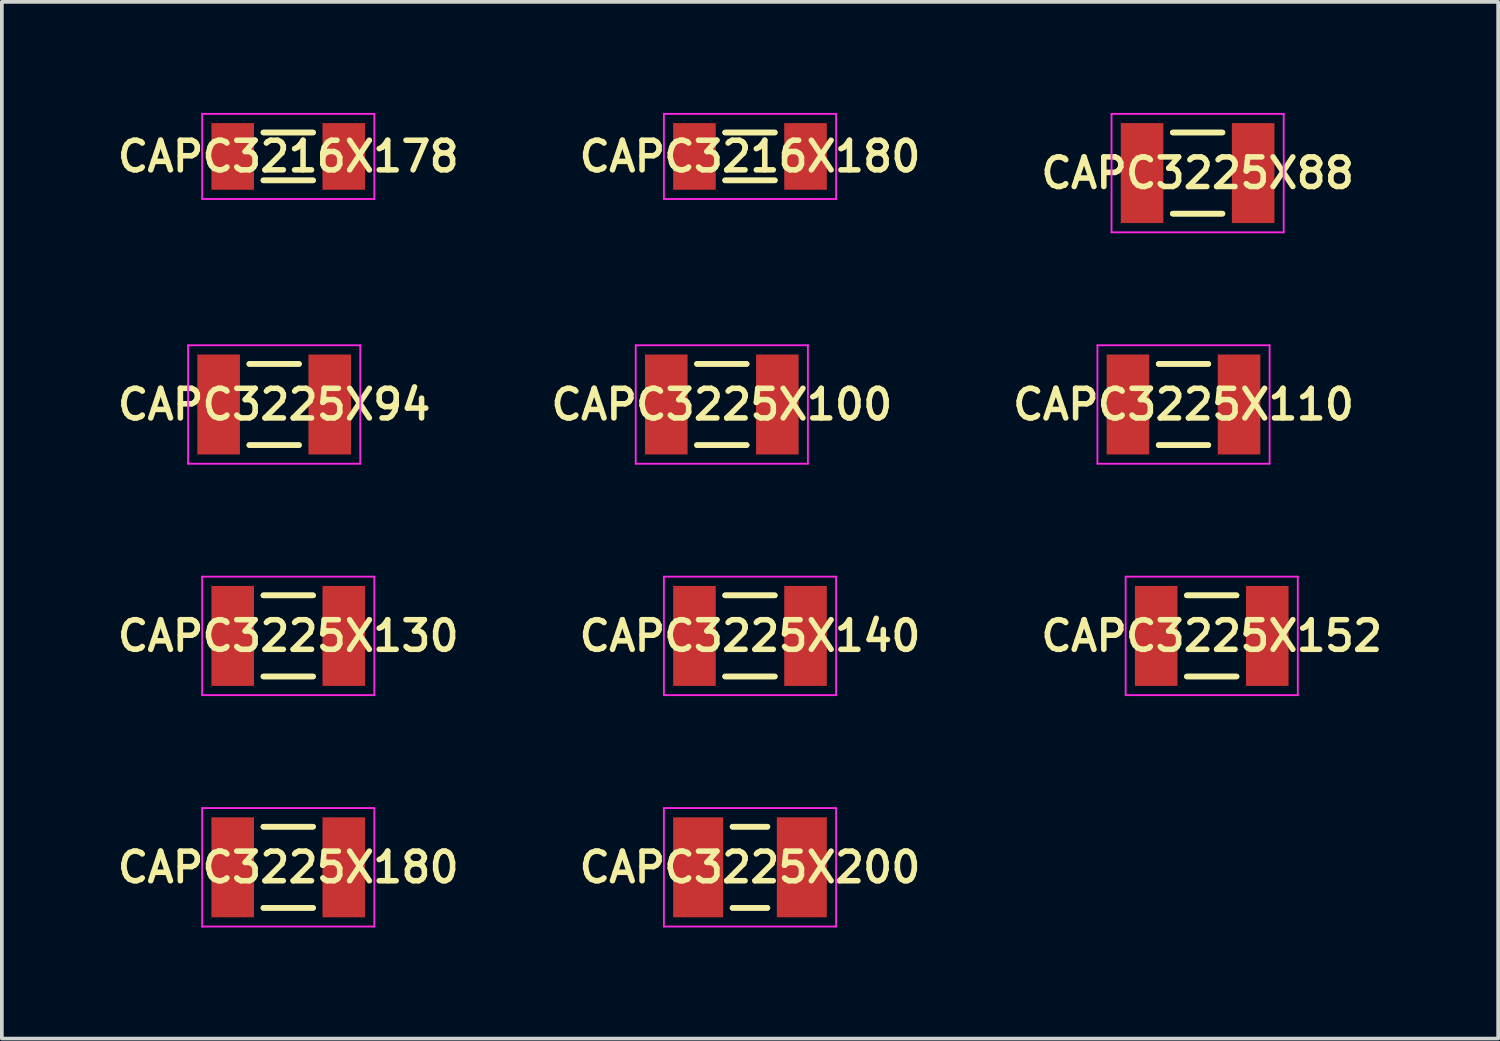
<source format=kicad_pcb>
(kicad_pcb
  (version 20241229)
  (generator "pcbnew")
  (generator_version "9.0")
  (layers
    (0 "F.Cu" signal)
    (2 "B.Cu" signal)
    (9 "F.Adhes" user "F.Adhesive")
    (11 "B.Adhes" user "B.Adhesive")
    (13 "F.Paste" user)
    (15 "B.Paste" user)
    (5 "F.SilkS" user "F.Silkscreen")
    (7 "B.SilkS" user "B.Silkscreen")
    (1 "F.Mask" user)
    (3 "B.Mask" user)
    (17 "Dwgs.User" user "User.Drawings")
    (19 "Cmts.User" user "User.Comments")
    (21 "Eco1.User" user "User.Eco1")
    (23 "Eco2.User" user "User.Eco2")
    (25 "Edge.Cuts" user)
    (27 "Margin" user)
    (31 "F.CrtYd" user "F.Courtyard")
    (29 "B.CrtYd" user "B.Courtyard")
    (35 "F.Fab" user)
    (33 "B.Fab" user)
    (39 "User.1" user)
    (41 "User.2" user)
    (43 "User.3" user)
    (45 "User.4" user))
  (footprint "CAPC3225X140"
    (layer "F.Cu")
    (at 17.206 14.125)
    (property "Reference" "CAPC3225X140" (at 0 0 0) (layer "F.SilkS") (effects (font (size 0.8 0.8) (thickness 0.15))))
    (attr smd)
    (fp_line (start -0.671 -1.096) (end 0.671 -1.096) (stroke (width 0.15) (type solid)) (layer "F.SilkS"))
    (fp_line (start -0.671 1.096) (end 0.671 1.096) (stroke (width 0.15) (type solid)) (layer "F.SilkS"))
    (fp_line (start 0.671 -1.096) (end -0.671 -1.096) (stroke (width 0.15) (type solid)) (layer "F.SilkS"))
    (fp_line (start 0.671 1.096) (end -0.671 1.096) (stroke (width 0.15) (type solid)) (layer "F.SilkS"))
    (fp_line (start -2.325 -1.6) (end 2.325 -1.6) (stroke (width 0.05) (type solid)) (layer "F.CrtYd"))
    (fp_line (start -2.325 1.6) (end -2.325 -1.6) (stroke (width 0.05) (type solid)) (layer "F.CrtYd"))
    (fp_line (start 2.325 -1.6) (end 2.325 1.6) (stroke (width 0.05) (type solid)) (layer "F.CrtYd"))
    (fp_line (start 2.325 1.6) (end -2.325 1.6) (stroke (width 0.05) (type solid)) (layer "F.CrtYd"))
    (pad "1" smd rect (at -1.5 0) (size 1.15 2.7) (layers "F.Cu" "F.Mask" "F.Paste"))
    (pad "2" smd rect (at 1.5 0) (size 1.15 2.7) (layers "F.Cu" "F.Mask" "F.Paste")))
  (footprint "CAPC3216X180"
    (layer "F.Cu")
    (at 17.206 1.175)
    (property "Reference" "CAPC3216X180" (at 0 0 0) (layer "F.SilkS") (effects (font (size 0.8 0.8) (thickness 0.15))))
    (attr smd)
    (fp_line (start -0.671 -0.646) (end 0.671 -0.646) (stroke (width 0.15) (type solid)) (layer "F.SilkS"))
    (fp_line (start -0.671 0.646) (end 0.671 0.646) (stroke (width 0.15) (type solid)) (layer "F.SilkS"))
    (fp_line (start 0.671 -0.646) (end -0.671 -0.646) (stroke (width 0.15) (type solid)) (layer "F.SilkS"))
    (fp_line (start 0.671 0.646) (end -0.671 0.646) (stroke (width 0.15) (type solid)) (layer "F.SilkS"))
    (fp_line (start -2.325 -1.15) (end 2.325 -1.15) (stroke (width 0.05) (type solid)) (layer "F.CrtYd"))
    (fp_line (start -2.325 1.15) (end -2.325 -1.15) (stroke (width 0.05) (type solid)) (layer "F.CrtYd"))
    (fp_line (start 2.325 -1.15) (end 2.325 1.15) (stroke (width 0.05) (type solid)) (layer "F.CrtYd"))
    (fp_line (start 2.325 1.15) (end -2.325 1.15) (stroke (width 0.05) (type solid)) (layer "F.CrtYd"))
    (pad "1" smd rect (at -1.5 0) (size 1.15 1.8) (layers "F.Cu" "F.Mask" "F.Paste"))
    (pad "2" smd rect (at 1.5 0) (size 1.15 1.8) (layers "F.Cu" "F.Mask" "F.Paste")))
  (footprint "CAPC3225X88"
    (layer "F.Cu")
    (at 29.296 1.625)
    (property "Reference" "CAPC3225X88" (at 0 0 0) (layer "F.SilkS") (effects (font (size 0.8 0.8) (thickness 0.15))))
    (attr smd)
    (fp_line (start -0.671 -1.096) (end 0.671 -1.096) (stroke (width 0.15) (type solid)) (layer "F.SilkS"))
    (fp_line (start -0.671 1.096) (end 0.671 1.096) (stroke (width 0.15) (type solid)) (layer "F.SilkS"))
    (fp_line (start 0.671 -1.096) (end -0.671 -1.096) (stroke (width 0.15) (type solid)) (layer "F.SilkS"))
    (fp_line (start 0.671 1.096) (end -0.671 1.096) (stroke (width 0.15) (type solid)) (layer "F.SilkS"))
    (fp_line (start -2.325 -1.6) (end 2.325 -1.6) (stroke (width 0.05) (type solid)) (layer "F.CrtYd"))
    (fp_line (start -2.325 1.6) (end -2.325 -1.6) (stroke (width 0.05) (type solid)) (layer "F.CrtYd"))
    (fp_line (start 2.325 -1.6) (end 2.325 1.6) (stroke (width 0.05) (type solid)) (layer "F.CrtYd"))
    (fp_line (start 2.325 1.6) (end -2.325 1.6) (stroke (width 0.05) (type solid)) (layer "F.CrtYd"))
    (pad "1" smd rect (at -1.5 0) (size 1.15 2.7) (layers "F.Cu" "F.Mask" "F.Paste"))
    (pad "2" smd rect (at 1.5 0) (size 1.15 2.7) (layers "F.Cu" "F.Mask" "F.Paste")))
  (footprint "CAPC3225X94"
    (layer "F.Cu")
    (at 4.355 7.875)
    (property "Reference" "CAPC3225X94" (at 0 0 0) (layer "F.SilkS") (effects (font (size 0.8 0.8) (thickness 0.15))))
    (attr smd)
    (fp_line (start -0.671 -1.096) (end 0.671 -1.096) (stroke (width 0.15) (type solid)) (layer "F.SilkS"))
    (fp_line (start -0.671 1.096) (end 0.671 1.096) (stroke (width 0.15) (type solid)) (layer "F.SilkS"))
    (fp_line (start 0.671 -1.096) (end -0.671 -1.096) (stroke (width 0.15) (type solid)) (layer "F.SilkS"))
    (fp_line (start 0.671 1.096) (end -0.671 1.096) (stroke (width 0.15) (type solid)) (layer "F.SilkS"))
    (fp_line (start -2.325 -1.6) (end 2.325 -1.6) (stroke (width 0.05) (type solid)) (layer "F.CrtYd"))
    (fp_line (start -2.325 1.6) (end -2.325 -1.6) (stroke (width 0.05) (type solid)) (layer "F.CrtYd"))
    (fp_line (start 2.325 -1.6) (end 2.325 1.6) (stroke (width 0.05) (type solid)) (layer "F.CrtYd"))
    (fp_line (start 2.325 1.6) (end -2.325 1.6) (stroke (width 0.05) (type solid)) (layer "F.CrtYd"))
    (pad "1" smd rect (at -1.5 0) (size 1.15 2.7) (layers "F.Cu" "F.Mask" "F.Paste"))
    (pad "2" smd rect (at 1.5 0) (size 1.15 2.7) (layers "F.Cu" "F.Mask" "F.Paste")))
  (footprint "CAPC3225X130"
    (layer "F.Cu")
    (at 4.735 14.125)
    (property "Reference" "CAPC3225X130" (at 0 0 0) (layer "F.SilkS") (effects (font (size 0.8 0.8) (thickness 0.15))))
    (attr smd)
    (fp_line (start -0.671 -1.096) (end 0.671 -1.096) (stroke (width 0.15) (type solid)) (layer "F.SilkS"))
    (fp_line (start -0.671 1.096) (end 0.671 1.096) (stroke (width 0.15) (type solid)) (layer "F.SilkS"))
    (fp_line (start 0.671 -1.096) (end -0.671 -1.096) (stroke (width 0.15) (type solid)) (layer "F.SilkS"))
    (fp_line (start 0.671 1.096) (end -0.671 1.096) (stroke (width 0.15) (type solid)) (layer "F.SilkS"))
    (fp_line (start -2.325 -1.6) (end 2.325 -1.6) (stroke (width 0.05) (type solid)) (layer "F.CrtYd"))
    (fp_line (start -2.325 1.6) (end -2.325 -1.6) (stroke (width 0.05) (type solid)) (layer "F.CrtYd"))
    (fp_line (start 2.325 -1.6) (end 2.325 1.6) (stroke (width 0.05) (type solid)) (layer "F.CrtYd"))
    (fp_line (start 2.325 1.6) (end -2.325 1.6) (stroke (width 0.05) (type solid)) (layer "F.CrtYd"))
    (pad "1" smd rect (at -1.5 0) (size 1.15 2.7) (layers "F.Cu" "F.Mask" "F.Paste"))
    (pad "2" smd rect (at 1.5 0) (size 1.15 2.7) (layers "F.Cu" "F.Mask" "F.Paste")))
  (footprint "CAPC3225X110"
    (layer "F.Cu")
    (at 28.915 7.875)
    (property "Reference" "CAPC3225X110" (at 0 0 0) (layer "F.SilkS") (effects (font (size 0.8 0.8) (thickness 0.15))))
    (attr smd)
    (fp_line (start -0.671 -1.096) (end 0.671 -1.096) (stroke (width 0.15) (type solid)) (layer "F.SilkS"))
    (fp_line (start -0.671 1.096) (end 0.671 1.096) (stroke (width 0.15) (type solid)) (layer "F.SilkS"))
    (fp_line (start 0.671 -1.096) (end -0.671 -1.096) (stroke (width 0.15) (type solid)) (layer "F.SilkS"))
    (fp_line (start 0.671 1.096) (end -0.671 1.096) (stroke (width 0.15) (type solid)) (layer "F.SilkS"))
    (fp_line (start -2.325 -1.6) (end 2.325 -1.6) (stroke (width 0.05) (type solid)) (layer "F.CrtYd"))
    (fp_line (start -2.325 1.6) (end -2.325 -1.6) (stroke (width 0.05) (type solid)) (layer "F.CrtYd"))
    (fp_line (start 2.325 -1.6) (end 2.325 1.6) (stroke (width 0.05) (type solid)) (layer "F.CrtYd"))
    (fp_line (start 2.325 1.6) (end -2.325 1.6) (stroke (width 0.05) (type solid)) (layer "F.CrtYd"))
    (pad "1" smd rect (at -1.5 0) (size 1.15 2.7) (layers "F.Cu" "F.Mask" "F.Paste"))
    (pad "2" smd rect (at 1.5 0) (size 1.15 2.7) (layers "F.Cu" "F.Mask" "F.Paste")))
  (footprint "CAPC3225X152"
    (layer "F.Cu")
    (at 29.677 14.125)
    (property "Reference" "CAPC3225X152" (at 0 0 0) (layer "F.SilkS") (effects (font (size 0.8 0.8) (thickness 0.15))))
    (attr smd)
    (fp_line (start -0.671 -1.096) (end 0.671 -1.096) (stroke (width 0.15) (type solid)) (layer "F.SilkS"))
    (fp_line (start -0.671 1.096) (end 0.671 1.096) (stroke (width 0.15) (type solid)) (layer "F.SilkS"))
    (fp_line (start 0.671 -1.096) (end -0.671 -1.096) (stroke (width 0.15) (type solid)) (layer "F.SilkS"))
    (fp_line (start 0.671 1.096) (end -0.671 1.096) (stroke (width 0.15) (type solid)) (layer "F.SilkS"))
    (fp_line (start -2.325 -1.6) (end 2.325 -1.6) (stroke (width 0.05) (type solid)) (layer "F.CrtYd"))
    (fp_line (start -2.325 1.6) (end -2.325 -1.6) (stroke (width 0.05) (type solid)) (layer "F.CrtYd"))
    (fp_line (start 2.325 -1.6) (end 2.325 1.6) (stroke (width 0.05) (type solid)) (layer "F.CrtYd"))
    (fp_line (start 2.325 1.6) (end -2.325 1.6) (stroke (width 0.05) (type solid)) (layer "F.CrtYd"))
    (pad "1" smd rect (at -1.5 0) (size 1.15 2.7) (layers "F.Cu" "F.Mask" "F.Paste"))
    (pad "2" smd rect (at 1.5 0) (size 1.15 2.7) (layers "F.Cu" "F.Mask" "F.Paste")))
  (footprint "CAPC3225X200"
    (layer "F.Cu")
    (at 17.206 20.375)
    (property "Reference" "CAPC3225X200" (at 0 0 0) (layer "F.SilkS") (effects (font (size 0.8 0.8) (thickness 0.15))))
    (attr smd)
    (fp_line (start -0.471 -1.096) (end 0.471 -1.096) (stroke (width 0.15) (type solid)) (layer "F.SilkS"))
    (fp_line (start -0.471 1.096) (end 0.471 1.096) (stroke (width 0.15) (type solid)) (layer "F.SilkS"))
    (fp_line (start 0.471 -1.096) (end -0.471 -1.096) (stroke (width 0.15) (type solid)) (layer "F.SilkS"))
    (fp_line (start 0.471 1.096) (end -0.471 1.096) (stroke (width 0.15) (type solid)) (layer "F.SilkS"))
    (fp_line (start -2.325 -1.6) (end 2.325 -1.6) (stroke (width 0.05) (type solid)) (layer "F.CrtYd"))
    (fp_line (start -2.325 1.6) (end -2.325 -1.6) (stroke (width 0.05) (type solid)) (layer "F.CrtYd"))
    (fp_line (start 2.325 -1.6) (end 2.325 1.6) (stroke (width 0.05) (type solid)) (layer "F.CrtYd"))
    (fp_line (start 2.325 1.6) (end -2.325 1.6) (stroke (width 0.05) (type solid)) (layer "F.CrtYd"))
    (pad "1" smd rect (at -1.4 0) (size 1.35 2.7) (layers "F.Cu" "F.Mask" "F.Paste"))
    (pad "2" smd rect (at 1.4 0) (size 1.35 2.7) (layers "F.Cu" "F.Mask" "F.Paste")))
  (footprint "CAPC3225X100"
    (layer "F.Cu")
    (at 16.445 7.875)
    (property "Reference" "CAPC3225X100" (at 0 0 0) (layer "F.SilkS") (effects (font (size 0.8 0.8) (thickness 0.15))))
    (attr smd)
    (fp_line (start -0.671 -1.096) (end 0.671 -1.096) (stroke (width 0.15) (type solid)) (layer "F.SilkS"))
    (fp_line (start -0.671 1.096) (end 0.671 1.096) (stroke (width 0.15) (type solid)) (layer "F.SilkS"))
    (fp_line (start 0.671 -1.096) (end -0.671 -1.096) (stroke (width 0.15) (type solid)) (layer "F.SilkS"))
    (fp_line (start 0.671 1.096) (end -0.671 1.096) (stroke (width 0.15) (type solid)) (layer "F.SilkS"))
    (fp_line (start -2.325 -1.6) (end 2.325 -1.6) (stroke (width 0.05) (type solid)) (layer "F.CrtYd"))
    (fp_line (start -2.325 1.6) (end -2.325 -1.6) (stroke (width 0.05) (type solid)) (layer "F.CrtYd"))
    (fp_line (start 2.325 -1.6) (end 2.325 1.6) (stroke (width 0.05) (type solid)) (layer "F.CrtYd"))
    (fp_line (start 2.325 1.6) (end -2.325 1.6) (stroke (width 0.05) (type solid)) (layer "F.CrtYd"))
    (pad "1" smd rect (at -1.5 0) (size 1.15 2.7) (layers "F.Cu" "F.Mask" "F.Paste"))
    (pad "2" smd rect (at 1.5 0) (size 1.15 2.7) (layers "F.Cu" "F.Mask" "F.Paste")))
  (footprint "CAPC3216X178"
    (layer "F.Cu")
    (at 4.735 1.175)
    (property "Reference" "CAPC3216X178" (at 0 0 0) (layer "F.SilkS") (effects (font (size 0.8 0.8) (thickness 0.15))))
    (attr smd)
    (fp_line (start -0.671 -0.646) (end 0.671 -0.646) (stroke (width 0.15) (type solid)) (layer "F.SilkS"))
    (fp_line (start -0.671 0.646) (end 0.671 0.646) (stroke (width 0.15) (type solid)) (layer "F.SilkS"))
    (fp_line (start 0.671 -0.646) (end -0.671 -0.646) (stroke (width 0.15) (type solid)) (layer "F.SilkS"))
    (fp_line (start 0.671 0.646) (end -0.671 0.646) (stroke (width 0.15) (type solid)) (layer "F.SilkS"))
    (fp_line (start -2.325 -1.15) (end 2.325 -1.15) (stroke (width 0.05) (type solid)) (layer "F.CrtYd"))
    (fp_line (start -2.325 1.15) (end -2.325 -1.15) (stroke (width 0.05) (type solid)) (layer "F.CrtYd"))
    (fp_line (start 2.325 -1.15) (end 2.325 1.15) (stroke (width 0.05) (type solid)) (layer "F.CrtYd"))
    (fp_line (start 2.325 1.15) (end -2.325 1.15) (stroke (width 0.05) (type solid)) (layer "F.CrtYd"))
    (pad "1" smd rect (at -1.5 0) (size 1.15 1.8) (layers "F.Cu" "F.Mask" "F.Paste"))
    (pad "2" smd rect (at 1.5 0) (size 1.15 1.8) (layers "F.Cu" "F.Mask" "F.Paste")))
  (footprint "CAPC3225X180"
    (layer "F.Cu")
    (at 4.735 20.375)
    (property "Reference" "CAPC3225X180" (at 0 0 0) (layer "F.SilkS") (effects (font (size 0.8 0.8) (thickness 0.15))))
    (attr smd)
    (fp_line (start -0.671 -1.096) (end 0.671 -1.096) (stroke (width 0.15) (type solid)) (layer "F.SilkS"))
    (fp_line (start -0.671 1.096) (end 0.671 1.096) (stroke (width 0.15) (type solid)) (layer "F.SilkS"))
    (fp_line (start 0.671 -1.096) (end -0.671 -1.096) (stroke (width 0.15) (type solid)) (layer "F.SilkS"))
    (fp_line (start 0.671 1.096) (end -0.671 1.096) (stroke (width 0.15) (type solid)) (layer "F.SilkS"))
    (fp_line (start -2.325 -1.6) (end 2.325 -1.6) (stroke (width 0.05) (type solid)) (layer "F.CrtYd"))
    (fp_line (start -2.325 1.6) (end -2.325 -1.6) (stroke (width 0.05) (type solid)) (layer "F.CrtYd"))
    (fp_line (start 2.325 -1.6) (end 2.325 1.6) (stroke (width 0.05) (type solid)) (layer "F.CrtYd"))
    (fp_line (start 2.325 1.6) (end -2.325 1.6) (stroke (width 0.05) (type solid)) (layer "F.CrtYd"))
    (pad "1" smd rect (at -1.5 0) (size 1.15 2.7) (layers "F.Cu" "F.Mask" "F.Paste"))
    (pad "2" smd rect (at 1.5 0) (size 1.15 2.7) (layers "F.Cu" "F.Mask" "F.Paste")))
  (gr_rect
    (start -3 -3)
    (end 37.413 25)
    (stroke (width 0.1) (type default))
    (fill no)
    (layer "Edge.Cuts")))
</source>
